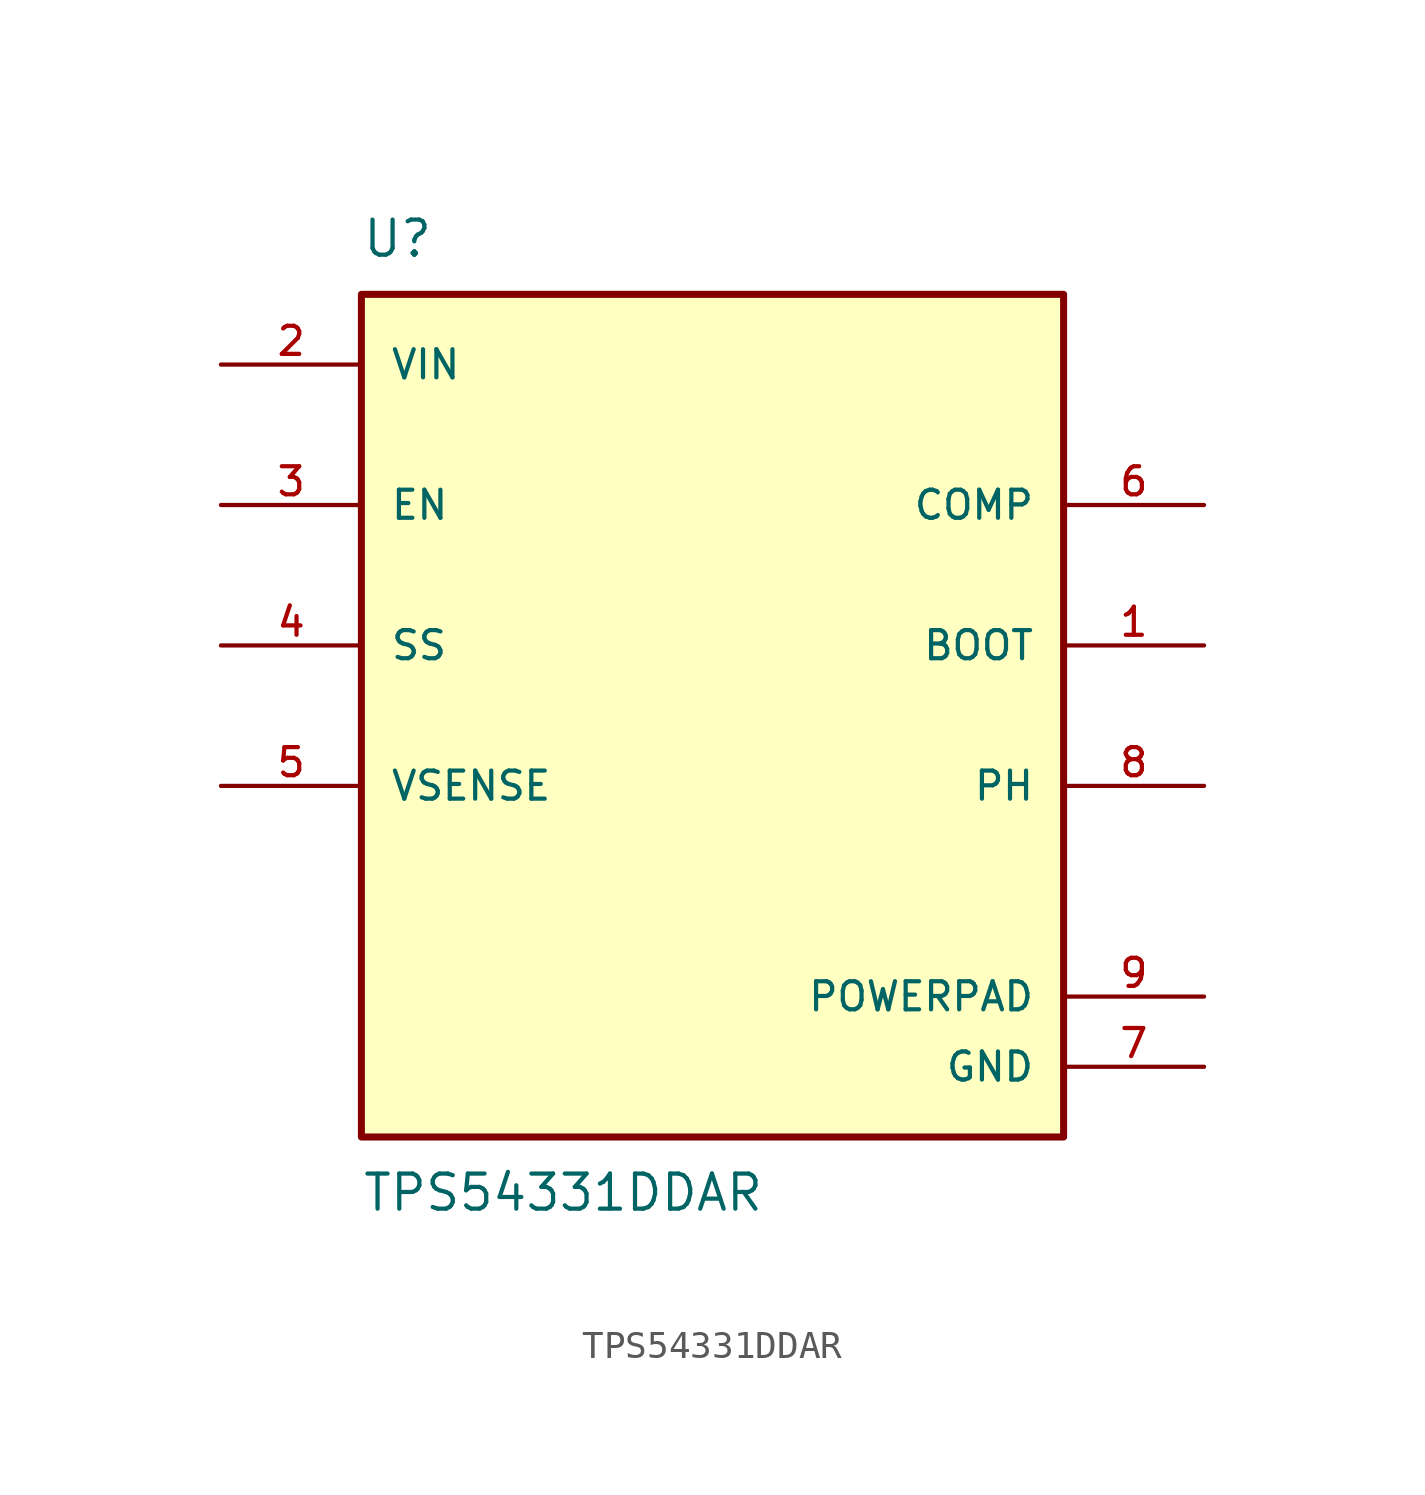
<source format=kicad_sym>
(kicad_symbol_lib
  (version 20211014)
  (generator kicad_symbol_editor)
  (symbol "TPS54331DDAR"
    (pin_names
      (offset 1.016))
    (property "Reference" "U"
      (at -12.7 16.51 0)
      (effects (font (size 1.27 1.27)) (justify bottom left)))
    (property "Value" "TPS54331DDAR"
      (at -12.7 -16.51 0)
      (effects (font (size 1.27 1.27)) (justify top left)))
    (symbol "TPS54331DDAR_0_0"
      (rectangle (start -12.7 -15.24) (end 12.7 15.24) (stroke (width 0.254)) (fill (type background)))
      (pin power_in line (at 17.78 -12.7 180.0) (length 5.08) (name "GND" (effects (font (size 1.016 1.016)))) (number "7" (effects (font (size 1.016 1.016)))))
      (pin output line (at 17.78 2.54 180.0) (length 5.08) (name "BOOT" (effects (font (size 1.016 1.016)))) (number "1" (effects (font (size 1.016 1.016)))))
      (pin output line (at 17.78 -2.54 180.0) (length 5.08) (name "PH" (effects (font (size 1.016 1.016)))) (number "8" (effects (font (size 1.016 1.016)))))
      (pin input line (at -17.78 -2.54 0) (length 5.08) (name "VSENSE" (effects (font (size 1.016 1.016)))) (number "5" (effects (font (size 1.016 1.016)))))
      (pin power_in line (at 17.78 -10.16 180.0) (length 5.08) (name "POWERPAD" (effects (font (size 1.016 1.016)))) (number "9" (effects (font (size 1.016 1.016)))))
      (pin input line (at -17.78 7.62 0) (length 5.08) (name "EN" (effects (font (size 1.016 1.016)))) (number "3" (effects (font (size 1.016 1.016)))))
      (pin input line (at -17.78 2.54 0) (length 5.08) (name "SS" (effects (font (size 1.016 1.016)))) (number "4" (effects (font (size 1.016 1.016)))))
      (pin power_in line (at -17.78 12.7 0) (length 5.08) (name "VIN" (effects (font (size 1.016 1.016)))) (number "2" (effects (font (size 1.016 1.016)))))
      (pin output line (at 17.78 7.62 180.0) (length 5.08) (name "COMP" (effects (font (size 1.016 1.016)))) (number "6" (effects (font (size 1.016 1.016))))))))
</source>
